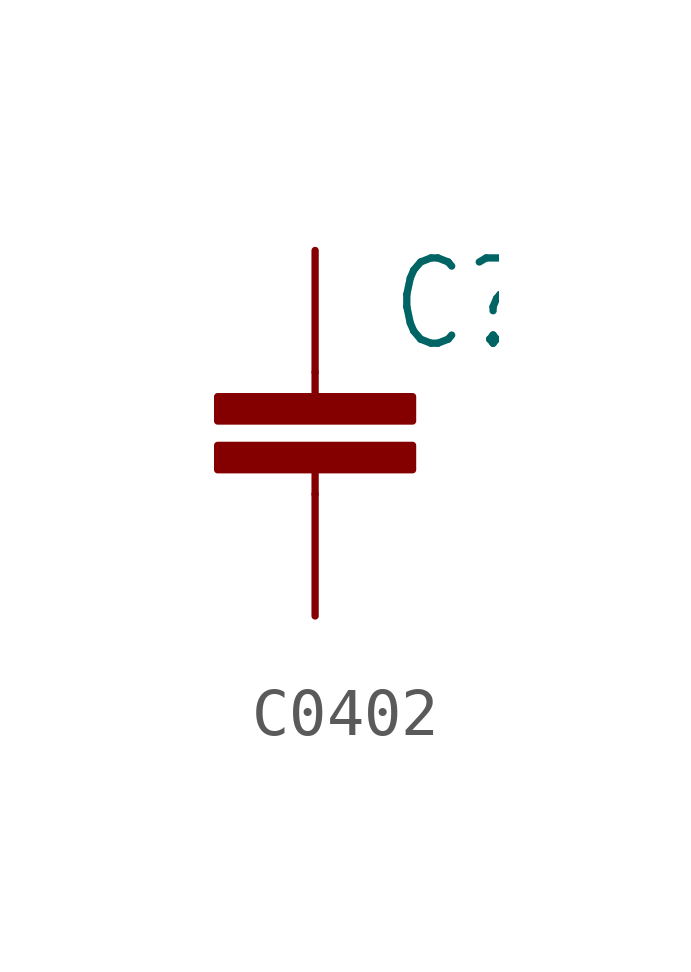
<source format=kicad_sym>
(kicad_symbol_lib
  (version 20241209)
  (generator "kicad_symbol_editor")
  (generator_version "9.0")
  (symbol "C0402"
    (property "Reference" "C"
      (at 1.524 0.381 0)
      (effects (font (size 1.778 1.511)) (justify left bottom)))
    (property "Value" ""
      (at 1.524 -4.699 0)
      (effects (font (size 1.778 1.511)) (justify left bottom)))
    (property "ki_locked" ""
      (at 0 0 0)
      (effects (font (size 1.27 1.27))))
    (symbol "C0402_1_0"
      (rectangle (start -2.032 -1.016) (end 2.032 -0.508) (stroke (width 0) (type default)) (fill (type outline)))
      (rectangle (start -2.032 -2.032) (end 2.032 -1.524) (stroke (width 0) (type default)) (fill (type outline)))
      (polyline (pts (xy 0 0) (xy 0 -0.508)) (stroke (width 0.152) (type solid)) (fill (type none)))
      (polyline (pts (xy 0 -2.54) (xy 0 -2.032)) (stroke (width 0.152) (type solid)) (fill (type none)))
      (pin passive line (at 0 2.54 270) (length 2.54) (name "1" (effects (font (size 0 0)))) (number "1" (effects (font (size 0 0)))))
      (pin passive line (at 0 -5.08 90) (length 2.54) (name "2" (effects (font (size 0 0)))) (number "2" (effects (font (size 0 0))))))))
</source>
